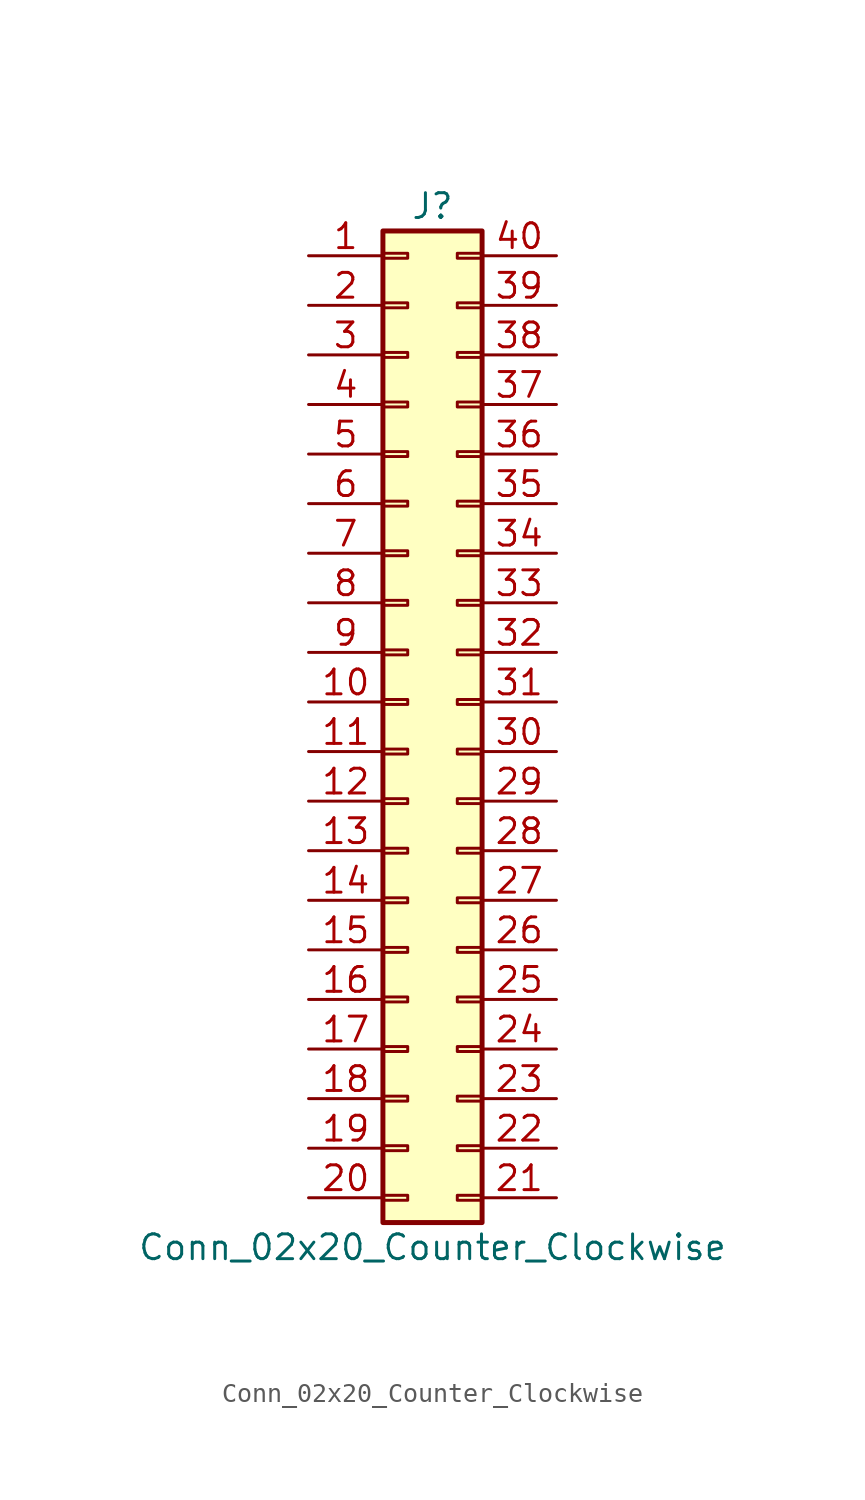
<source format=kicad_sym>
(kicad_symbol_lib
  (version 20220914)
  (generator kicad_symbol_editor)
  (symbol "Conn_02x20_Counter_Clockwise"
    (pin_names
      (offset 1.016) hide)
    (property "Reference" "J"
      (at 1.27 25.4 0)
      (effects (font (size 1.27 1.27))))
    (property "Value" "Conn_02x20_Counter_Clockwise"
      (at 1.27 -27.94 0)
      (effects (font (size 1.27 1.27))))
    (symbol "Conn_02x20_Counter_Clockwise_1_1"
      (rectangle (start -1.27 -25.273) (end 0 -25.527) (stroke (width 0.152) (type default)) (fill (type none)))
      (rectangle (start -1.27 -22.733) (end 0 -22.987) (stroke (width 0.152) (type default)) (fill (type none)))
      (rectangle (start -1.27 -20.193) (end 0 -20.447) (stroke (width 0.152) (type default)) (fill (type none)))
      (rectangle (start -1.27 -17.653) (end 0 -17.907) (stroke (width 0.152) (type default)) (fill (type none)))
      (rectangle (start -1.27 -15.113) (end 0 -15.367) (stroke (width 0.152) (type default)) (fill (type none)))
      (rectangle (start -1.27 -12.573) (end 0 -12.827) (stroke (width 0.152) (type default)) (fill (type none)))
      (rectangle (start -1.27 -10.033) (end 0 -10.287) (stroke (width 0.152) (type default)) (fill (type none)))
      (rectangle (start -1.27 -7.493) (end 0 -7.747) (stroke (width 0.152) (type default)) (fill (type none)))
      (rectangle (start -1.27 -4.953) (end 0 -5.207) (stroke (width 0.152) (type default)) (fill (type none)))
      (rectangle (start -1.27 -2.413) (end 0 -2.667) (stroke (width 0.152) (type default)) (fill (type none)))
      (rectangle (start -1.27 0.127) (end 0 -0.127) (stroke (width 0.152) (type default)) (fill (type none)))
      (rectangle (start -1.27 2.667) (end 0 2.413) (stroke (width 0.152) (type default)) (fill (type none)))
      (rectangle (start -1.27 5.207) (end 0 4.953) (stroke (width 0.152) (type default)) (fill (type none)))
      (rectangle (start -1.27 7.747) (end 0 7.493) (stroke (width 0.152) (type default)) (fill (type none)))
      (rectangle (start -1.27 10.287) (end 0 10.033) (stroke (width 0.152) (type default)) (fill (type none)))
      (rectangle (start -1.27 12.827) (end 0 12.573) (stroke (width 0.152) (type default)) (fill (type none)))
      (rectangle (start -1.27 15.367) (end 0 15.113) (stroke (width 0.152) (type default)) (fill (type none)))
      (rectangle (start -1.27 17.907) (end 0 17.653) (stroke (width 0.152) (type default)) (fill (type none)))
      (rectangle (start -1.27 20.447) (end 0 20.193) (stroke (width 0.152) (type default)) (fill (type none)))
      (rectangle (start -1.27 22.987) (end 0 22.733) (stroke (width 0.152) (type default)) (fill (type none)))
      (rectangle (start -1.27 24.13) (end 3.81 -26.67) (stroke (width 0.254) (type default)) (fill (type background)))
      (rectangle (start 3.81 -25.273) (end 2.54 -25.527) (stroke (width 0.152) (type default)) (fill (type none)))
      (rectangle (start 3.81 -22.733) (end 2.54 -22.987) (stroke (width 0.152) (type default)) (fill (type none)))
      (rectangle (start 3.81 -20.193) (end 2.54 -20.447) (stroke (width 0.152) (type default)) (fill (type none)))
      (rectangle (start 3.81 -17.653) (end 2.54 -17.907) (stroke (width 0.152) (type default)) (fill (type none)))
      (rectangle (start 3.81 -15.113) (end 2.54 -15.367) (stroke (width 0.152) (type default)) (fill (type none)))
      (rectangle (start 3.81 -12.573) (end 2.54 -12.827) (stroke (width 0.152) (type default)) (fill (type none)))
      (rectangle (start 3.81 -10.033) (end 2.54 -10.287) (stroke (width 0.152) (type default)) (fill (type none)))
      (rectangle (start 3.81 -7.493) (end 2.54 -7.747) (stroke (width 0.152) (type default)) (fill (type none)))
      (rectangle (start 3.81 -4.953) (end 2.54 -5.207) (stroke (width 0.152) (type default)) (fill (type none)))
      (rectangle (start 3.81 -2.413) (end 2.54 -2.667) (stroke (width 0.152) (type default)) (fill (type none)))
      (rectangle (start 3.81 0.127) (end 2.54 -0.127) (stroke (width 0.152) (type default)) (fill (type none)))
      (rectangle (start 3.81 2.667) (end 2.54 2.413) (stroke (width 0.152) (type default)) (fill (type none)))
      (rectangle (start 3.81 5.207) (end 2.54 4.953) (stroke (width 0.152) (type default)) (fill (type none)))
      (rectangle (start 3.81 7.747) (end 2.54 7.493) (stroke (width 0.152) (type default)) (fill (type none)))
      (rectangle (start 3.81 10.287) (end 2.54 10.033) (stroke (width 0.152) (type default)) (fill (type none)))
      (rectangle (start 3.81 12.827) (end 2.54 12.573) (stroke (width 0.152) (type default)) (fill (type none)))
      (rectangle (start 3.81 15.367) (end 2.54 15.113) (stroke (width 0.152) (type default)) (fill (type none)))
      (rectangle (start 3.81 17.907) (end 2.54 17.653) (stroke (width 0.152) (type default)) (fill (type none)))
      (rectangle (start 3.81 20.447) (end 2.54 20.193) (stroke (width 0.152) (type default)) (fill (type none)))
      (rectangle (start 3.81 22.987) (end 2.54 22.733) (stroke (width 0.152) (type default)) (fill (type none)))
      (pin passive line (at -5.08 22.86 0) (length 3.81) (name "Pin_1" (effects (font (size 1.27 1.27)))) (number "1" (effects (font (size 1.27 1.27)))))
      (pin passive line (at -5.08 0 0) (length 3.81) (name "Pin_10" (effects (font (size 1.27 1.27)))) (number "10" (effects (font (size 1.27 1.27)))))
      (pin passive line (at -5.08 -2.54 0) (length 3.81) (name "Pin_11" (effects (font (size 1.27 1.27)))) (number "11" (effects (font (size 1.27 1.27)))))
      (pin passive line (at -5.08 -5.08 0) (length 3.81) (name "Pin_12" (effects (font (size 1.27 1.27)))) (number "12" (effects (font (size 1.27 1.27)))))
      (pin passive line (at -5.08 -7.62 0) (length 3.81) (name "Pin_13" (effects (font (size 1.27 1.27)))) (number "13" (effects (font (size 1.27 1.27)))))
      (pin passive line (at -5.08 -10.16 0) (length 3.81) (name "Pin_14" (effects (font (size 1.27 1.27)))) (number "14" (effects (font (size 1.27 1.27)))))
      (pin passive line (at -5.08 -12.7 0) (length 3.81) (name "Pin_15" (effects (font (size 1.27 1.27)))) (number "15" (effects (font (size 1.27 1.27)))))
      (pin passive line (at -5.08 -15.24 0) (length 3.81) (name "Pin_16" (effects (font (size 1.27 1.27)))) (number "16" (effects (font (size 1.27 1.27)))))
      (pin passive line (at -5.08 -17.78 0) (length 3.81) (name "Pin_17" (effects (font (size 1.27 1.27)))) (number "17" (effects (font (size 1.27 1.27)))))
      (pin passive line (at -5.08 -20.32 0) (length 3.81) (name "Pin_18" (effects (font (size 1.27 1.27)))) (number "18" (effects (font (size 1.27 1.27)))))
      (pin passive line (at -5.08 -22.86 0) (length 3.81) (name "Pin_19" (effects (font (size 1.27 1.27)))) (number "19" (effects (font (size 1.27 1.27)))))
      (pin passive line (at -5.08 20.32 0) (length 3.81) (name "Pin_2" (effects (font (size 1.27 1.27)))) (number "2" (effects (font (size 1.27 1.27)))))
      (pin passive line (at -5.08 -25.4 0) (length 3.81) (name "Pin_20" (effects (font (size 1.27 1.27)))) (number "20" (effects (font (size 1.27 1.27)))))
      (pin passive line (at 7.62 -25.4 180) (length 3.81) (name "Pin_21" (effects (font (size 1.27 1.27)))) (number "21" (effects (font (size 1.27 1.27)))))
      (pin passive line (at 7.62 -22.86 180) (length 3.81) (name "Pin_22" (effects (font (size 1.27 1.27)))) (number "22" (effects (font (size 1.27 1.27)))))
      (pin passive line (at 7.62 -20.32 180) (length 3.81) (name "Pin_23" (effects (font (size 1.27 1.27)))) (number "23" (effects (font (size 1.27 1.27)))))
      (pin passive line (at 7.62 -17.78 180) (length 3.81) (name "Pin_24" (effects (font (size 1.27 1.27)))) (number "24" (effects (font (size 1.27 1.27)))))
      (pin passive line (at 7.62 -15.24 180) (length 3.81) (name "Pin_25" (effects (font (size 1.27 1.27)))) (number "25" (effects (font (size 1.27 1.27)))))
      (pin passive line (at 7.62 -12.7 180) (length 3.81) (name "Pin_26" (effects (font (size 1.27 1.27)))) (number "26" (effects (font (size 1.27 1.27)))))
      (pin passive line (at 7.62 -10.16 180) (length 3.81) (name "Pin_27" (effects (font (size 1.27 1.27)))) (number "27" (effects (font (size 1.27 1.27)))))
      (pin passive line (at 7.62 -7.62 180) (length 3.81) (name "Pin_28" (effects (font (size 1.27 1.27)))) (number "28" (effects (font (size 1.27 1.27)))))
      (pin passive line (at 7.62 -5.08 180) (length 3.81) (name "Pin_29" (effects (font (size 1.27 1.27)))) (number "29" (effects (font (size 1.27 1.27)))))
      (pin passive line (at -5.08 17.78 0) (length 3.81) (name "Pin_3" (effects (font (size 1.27 1.27)))) (number "3" (effects (font (size 1.27 1.27)))))
      (pin passive line (at 7.62 -2.54 180) (length 3.81) (name "Pin_30" (effects (font (size 1.27 1.27)))) (number "30" (effects (font (size 1.27 1.27)))))
      (pin passive line (at 7.62 0 180) (length 3.81) (name "Pin_31" (effects (font (size 1.27 1.27)))) (number "31" (effects (font (size 1.27 1.27)))))
      (pin passive line (at 7.62 2.54 180) (length 3.81) (name "Pin_32" (effects (font (size 1.27 1.27)))) (number "32" (effects (font (size 1.27 1.27)))))
      (pin passive line (at 7.62 5.08 180) (length 3.81) (name "Pin_33" (effects (font (size 1.27 1.27)))) (number "33" (effects (font (size 1.27 1.27)))))
      (pin passive line (at 7.62 7.62 180) (length 3.81) (name "Pin_34" (effects (font (size 1.27 1.27)))) (number "34" (effects (font (size 1.27 1.27)))))
      (pin passive line (at 7.62 10.16 180) (length 3.81) (name "Pin_35" (effects (font (size 1.27 1.27)))) (number "35" (effects (font (size 1.27 1.27)))))
      (pin passive line (at 7.62 12.7 180) (length 3.81) (name "Pin_36" (effects (font (size 1.27 1.27)))) (number "36" (effects (font (size 1.27 1.27)))))
      (pin passive line (at 7.62 15.24 180) (length 3.81) (name "Pin_37" (effects (font (size 1.27 1.27)))) (number "37" (effects (font (size 1.27 1.27)))))
      (pin passive line (at 7.62 17.78 180) (length 3.81) (name "Pin_38" (effects (font (size 1.27 1.27)))) (number "38" (effects (font (size 1.27 1.27)))))
      (pin passive line (at 7.62 20.32 180) (length 3.81) (name "Pin_39" (effects (font (size 1.27 1.27)))) (number "39" (effects (font (size 1.27 1.27)))))
      (pin passive line (at -5.08 15.24 0) (length 3.81) (name "Pin_4" (effects (font (size 1.27 1.27)))) (number "4" (effects (font (size 1.27 1.27)))))
      (pin passive line (at 7.62 22.86 180) (length 3.81) (name "Pin_40" (effects (font (size 1.27 1.27)))) (number "40" (effects (font (size 1.27 1.27)))))
      (pin passive line (at -5.08 12.7 0) (length 3.81) (name "Pin_5" (effects (font (size 1.27 1.27)))) (number "5" (effects (font (size 1.27 1.27)))))
      (pin passive line (at -5.08 10.16 0) (length 3.81) (name "Pin_6" (effects (font (size 1.27 1.27)))) (number "6" (effects (font (size 1.27 1.27)))))
      (pin passive line (at -5.08 7.62 0) (length 3.81) (name "Pin_7" (effects (font (size 1.27 1.27)))) (number "7" (effects (font (size 1.27 1.27)))))
      (pin passive line (at -5.08 5.08 0) (length 3.81) (name "Pin_8" (effects (font (size 1.27 1.27)))) (number "8" (effects (font (size 1.27 1.27)))))
      (pin passive line (at -5.08 2.54 0) (length 3.81) (name "Pin_9" (effects (font (size 1.27 1.27)))) (number "9" (effects (font (size 1.27 1.27))))))))
</source>
